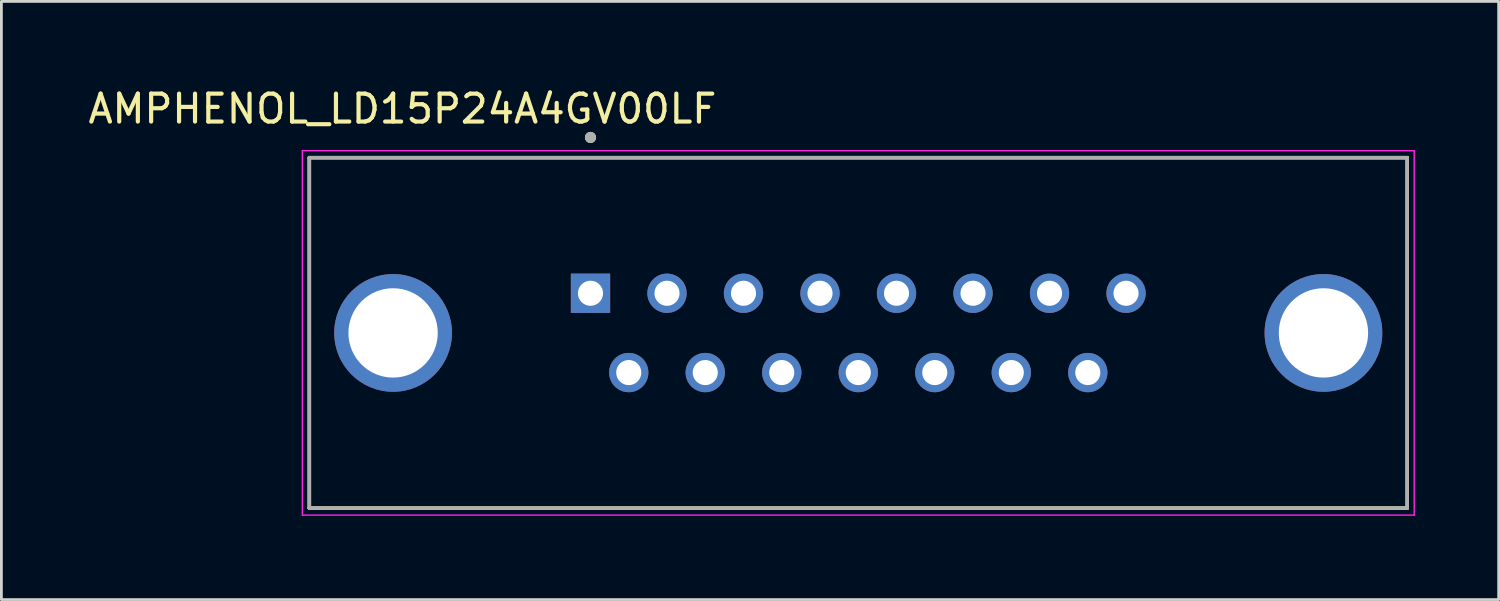
<source format=kicad_pcb>
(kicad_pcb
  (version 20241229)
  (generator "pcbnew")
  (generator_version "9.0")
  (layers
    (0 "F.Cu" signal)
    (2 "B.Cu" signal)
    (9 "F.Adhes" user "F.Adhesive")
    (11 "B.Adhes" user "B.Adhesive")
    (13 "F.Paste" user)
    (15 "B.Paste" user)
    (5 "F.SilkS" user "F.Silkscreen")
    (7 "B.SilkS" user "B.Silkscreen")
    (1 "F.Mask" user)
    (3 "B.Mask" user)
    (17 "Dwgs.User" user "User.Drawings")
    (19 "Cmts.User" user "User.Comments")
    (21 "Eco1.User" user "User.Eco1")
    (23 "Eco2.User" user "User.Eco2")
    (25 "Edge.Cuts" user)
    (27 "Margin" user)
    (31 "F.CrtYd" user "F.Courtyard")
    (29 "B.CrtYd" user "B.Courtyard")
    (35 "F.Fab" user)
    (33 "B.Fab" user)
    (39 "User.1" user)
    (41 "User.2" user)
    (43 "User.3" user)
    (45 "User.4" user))
  (footprint "AMPHENOL_LD15P24A4GV00LF"
    (layer "F.Cu")
    (at 27.688 8.873)
    (property "Reference" "AMPHENOL_LD15P24A4GV00LF" (at -16.325 -8.025 0) (layer "F.SilkS") (effects (font (size 1 1) (thickness 0.15))))
    (attr through_hole)
    (fp_line (start -19.66 -6.275) (end -19.66 6.275) (stroke (width 0.127) (type solid)) (layer "F.SilkS"))
    (fp_line (start -19.66 6.275) (end 19.66 6.275) (stroke (width 0.127) (type solid)) (layer "F.SilkS"))
    (fp_line (start 19.66 -6.275) (end -19.66 -6.275) (stroke (width 0.127) (type solid)) (layer "F.SilkS"))
    (fp_line (start 19.66 6.275) (end 19.66 -6.275) (stroke (width 0.127) (type solid)) (layer "F.SilkS"))
    (fp_circle (center -9.59 -7) (end -9.49 -7) (stroke (width 0.2) (type solid)) (fill no) (layer "F.SilkS"))
    (fp_line (start -19.91 -6.525) (end -19.91 6.525) (stroke (width 0.05) (type solid)) (layer "F.CrtYd"))
    (fp_line (start -19.91 6.525) (end 19.91 6.525) (stroke (width 0.05) (type solid)) (layer "F.CrtYd"))
    (fp_line (start 19.91 -6.525) (end -19.91 -6.525) (stroke (width 0.05) (type solid)) (layer "F.CrtYd"))
    (fp_line (start 19.91 6.525) (end 19.91 -6.525) (stroke (width 0.05) (type solid)) (layer "F.CrtYd"))
    (fp_line (start -19.66 -6.275) (end -19.66 6.275) (stroke (width 0.127) (type solid)) (layer "F.Fab"))
    (fp_line (start -19.66 6.275) (end 19.66 6.275) (stroke (width 0.127) (type solid)) (layer "F.Fab"))
    (fp_line (start 19.66 -6.275) (end -19.66 -6.275) (stroke (width 0.127) (type solid)) (layer "F.Fab"))
    (fp_line (start 19.66 6.275) (end 19.66 -6.275) (stroke (width 0.127) (type solid)) (layer "F.Fab"))
    (fp_circle (center -9.59 -7) (end -9.49 -7) (stroke (width 0.2) (type solid)) (fill no) (layer "F.Fab"))
    (pad "1" thru_hole rect (at -9.59 -1.42) (size 1.408 1.408) (drill 0.9) (layers "*.Cu" "*.Mask"))
    (pad "2" thru_hole circle (at -6.85 -1.42) (size 1.408 1.408) (drill 0.9) (layers "*.Cu" "*.Mask"))
    (pad "3" thru_hole circle (at -4.11 -1.42) (size 1.408 1.408) (drill 0.9) (layers "*.Cu" "*.Mask"))
    (pad "4" thru_hole circle (at -1.37 -1.42) (size 1.408 1.408) (drill 0.9) (layers "*.Cu" "*.Mask"))
    (pad "5" thru_hole circle (at 1.37 -1.42) (size 1.408 1.408) (drill 0.9) (layers "*.Cu" "*.Mask"))
    (pad "6" thru_hole circle (at 4.11 -1.42) (size 1.408 1.408) (drill 0.9) (layers "*.Cu" "*.Mask"))
    (pad "7" thru_hole circle (at 6.85 -1.42) (size 1.408 1.408) (drill 0.9) (layers "*.Cu" "*.Mask"))
    (pad "8" thru_hole circle (at 9.59 -1.42) (size 1.408 1.408) (drill 0.9) (layers "*.Cu" "*.Mask"))
    (pad "9" thru_hole circle (at -8.22 1.42) (size 1.408 1.408) (drill 0.9) (layers "*.Cu" "*.Mask"))
    (pad "10" thru_hole circle (at -5.48 1.42) (size 1.408 1.408) (drill 0.9) (layers "*.Cu" "*.Mask"))
    (pad "11" thru_hole circle (at -2.74 1.42) (size 1.408 1.408) (drill 0.9) (layers "*.Cu" "*.Mask"))
    (pad "12" thru_hole circle (at 0 1.42) (size 1.408 1.408) (drill 0.9) (layers "*.Cu" "*.Mask"))
    (pad "13" thru_hole circle (at 2.74 1.42) (size 1.408 1.408) (drill 0.9) (layers "*.Cu" "*.Mask"))
    (pad "14" thru_hole circle (at 5.48 1.42) (size 1.408 1.408) (drill 0.9) (layers "*.Cu" "*.Mask"))
    (pad "15" thru_hole circle (at 8.22 1.42) (size 1.408 1.408) (drill 0.9) (layers "*.Cu" "*.Mask"))
    (pad "SH1" thru_hole circle (at -16.66 0) (size 4.216 4.216) (drill 3.2) (layers "*.Cu" "*.Mask"))
    (pad "SH2" thru_hole circle (at 16.66 0) (size 4.216 4.216) (drill 3.2) (layers "*.Cu" "*.Mask")))
  (gr_rect
    (start -3 -3)
    (end 50.623 18.423)
    (stroke (width 0.1) (type default))
    (fill no)
    (layer "Edge.Cuts")))
</source>
